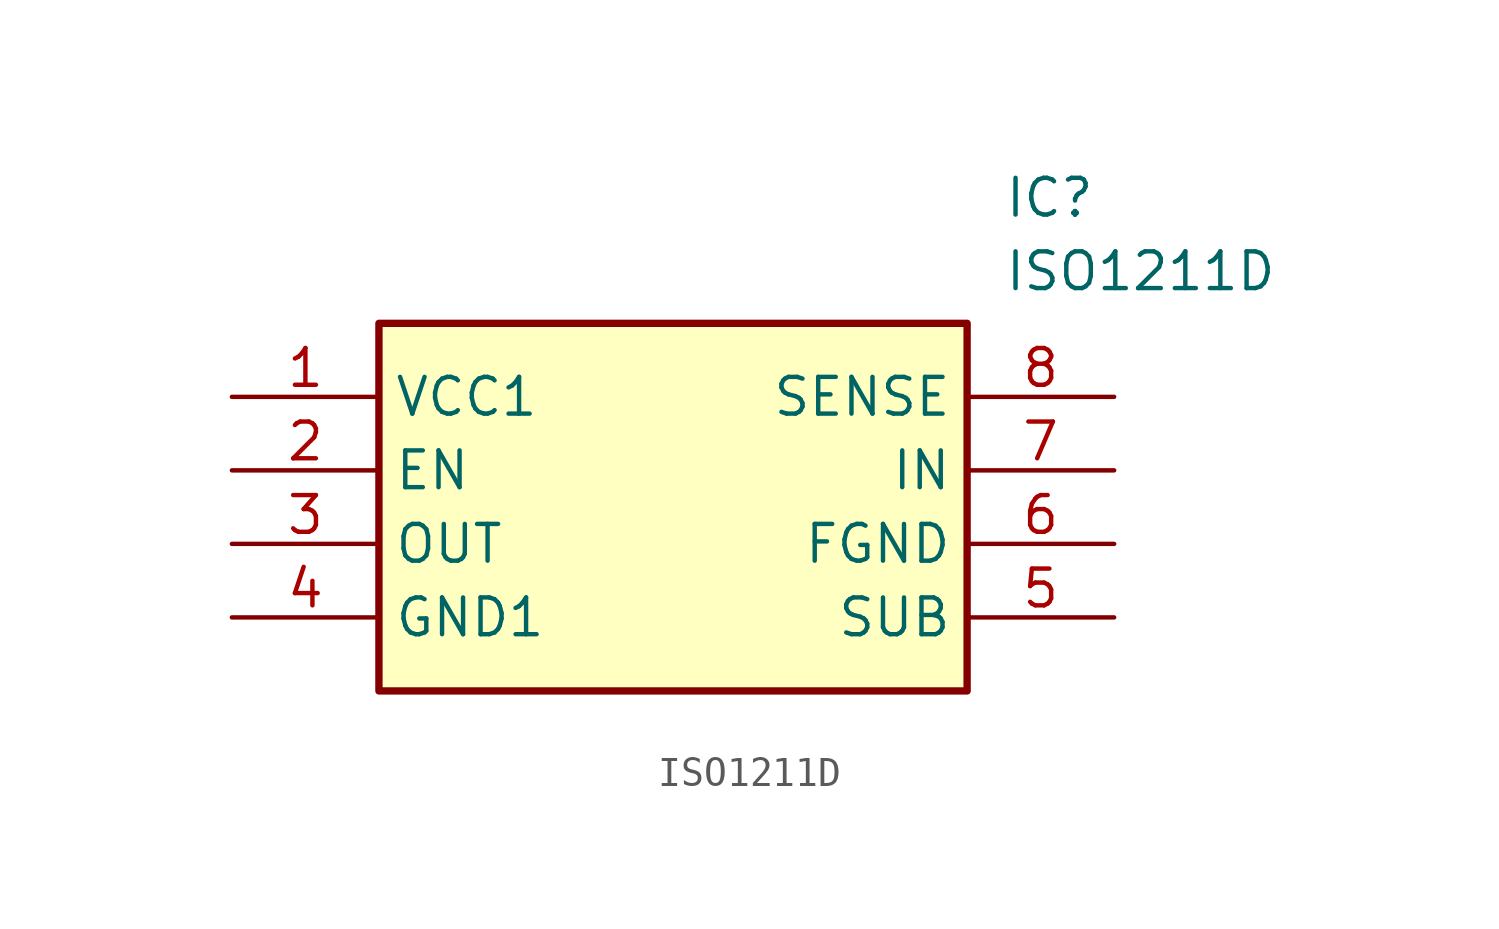
<source format=kicad_sym>
(kicad_symbol_lib
  (version 20211014)
  (generator SamacSys_ECAD_Model)
  (symbol "ISO1211D"
    (property "Reference" "IC"
      (at 26.67 7.62 0)
      (effects (font (size 1.27 1.27)) (justify left top)))
    (property "Value" "ISO1211D"
      (at 26.67 5.08 0)
      (effects (font (size 1.27 1.27)) (justify left top)))
    (rectangle
      (start 5.08 2.54)
      (end 25.4 -10.16)
      (stroke (width 0.254) (type default))
      (fill (type background)))
    (pin passive line
      (at 0 0 0)
      (length 5.08)
      (name "VCC1" (effects (font (size 1.27 1.27))))
      (number "1" (effects (font (size 1.27 1.27)))))
    (pin passive line
      (at 0 -2.54 0)
      (length 5.08)
      (name "EN" (effects (font (size 1.27 1.27))))
      (number "2" (effects (font (size 1.27 1.27)))))
    (pin passive line
      (at 0 -5.08 0)
      (length 5.08)
      (name "OUT" (effects (font (size 1.27 1.27))))
      (number "3" (effects (font (size 1.27 1.27)))))
    (pin passive line
      (at 0 -7.62 0)
      (length 5.08)
      (name "GND1" (effects (font (size 1.27 1.27))))
      (number "4" (effects (font (size 1.27 1.27)))))
    (pin passive line
      (at 30.48 0 180)
      (length 5.08)
      (name "SENSE" (effects (font (size 1.27 1.27))))
      (number "8" (effects (font (size 1.27 1.27)))))
    (pin passive line
      (at 30.48 -2.54 180)
      (length 5.08)
      (name "IN" (effects (font (size 1.27 1.27))))
      (number "7" (effects (font (size 1.27 1.27)))))
    (pin passive line
      (at 30.48 -5.08 180)
      (length 5.08)
      (name "FGND" (effects (font (size 1.27 1.27))))
      (number "6" (effects (font (size 1.27 1.27)))))
    (pin passive line
      (at 30.48 -7.62 180)
      (length 5.08)
      (name "SUB" (effects (font (size 1.27 1.27))))
      (number "5" (effects (font (size 1.27 1.27)))))))
</source>
